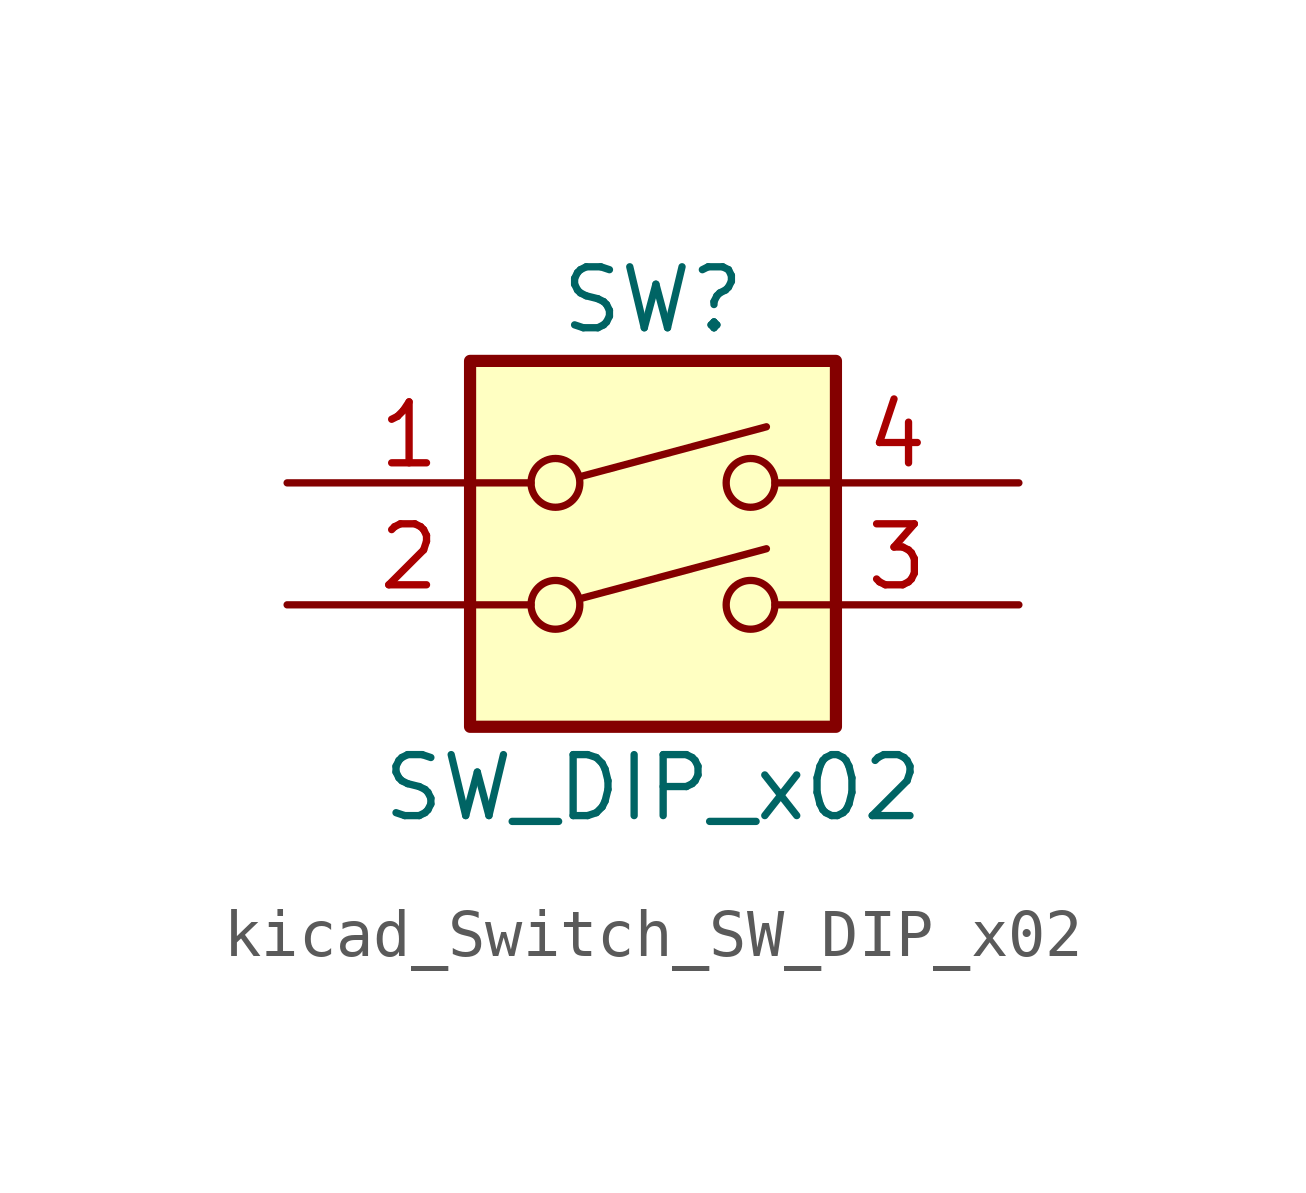
<source format=kicad_sym>
(kicad_symbol_lib
  (version 20220914)
  (generator kicad_symbol_editor)
  (symbol "kicad_Switch_SW_DIP_x02"
    (pin_names
      (offset 0) hide)
    (property "Reference" "SW"
      (at 0 6.35 0)
      (effects (font (size 1.27 1.27))))
    (property "Value" "SW_DIP_x02"
      (at 0 -3.81 0)
      (effects (font (size 1.27 1.27))))
    (symbol "kicad_Switch_SW_DIP_x02_0_0"
      (circle (center -2.032 0) (radius 0.508) (stroke (width 0) (type default)) (fill (type none)))
      (circle (center -2.032 2.54) (radius 0.508) (stroke (width 0) (type default)) (fill (type none)))
      (polyline (pts (xy -1.524 0.127) (xy 2.362 1.168)) (stroke (width 0) (type default)) (fill (type none)))
      (polyline (pts (xy -1.524 2.667) (xy 2.362 3.708)) (stroke (width 0) (type default)) (fill (type none)))
      (circle (center 2.032 0) (radius 0.508) (stroke (width 0) (type default)) (fill (type none)))
      (circle (center 2.032 2.54) (radius 0.508) (stroke (width 0) (type default)) (fill (type none))))
    (symbol "kicad_Switch_SW_DIP_x02_0_1"
      (rectangle (start -3.81 5.08) (end 3.81 -2.54) (stroke (width 0.254) (type default)) (fill (type background))))
    (symbol "kicad_Switch_SW_DIP_x02_1_1"
      (pin passive line (at -7.62 2.54 0) (length 5.08) (name "~" (effects (font (size 1.27 1.27)))) (number "1" (effects (font (size 1.27 1.27)))))
      (pin passive line (at -7.62 0 0) (length 5.08) (name "~" (effects (font (size 1.27 1.27)))) (number "2" (effects (font (size 1.27 1.27)))))
      (pin passive line (at 7.62 0 180) (length 5.08) (name "~" (effects (font (size 1.27 1.27)))) (number "3" (effects (font (size 1.27 1.27)))))
      (pin passive line (at 7.62 2.54 180) (length 5.08) (name "~" (effects (font (size 1.27 1.27)))) (number "4" (effects (font (size 1.27 1.27))))))))
</source>
